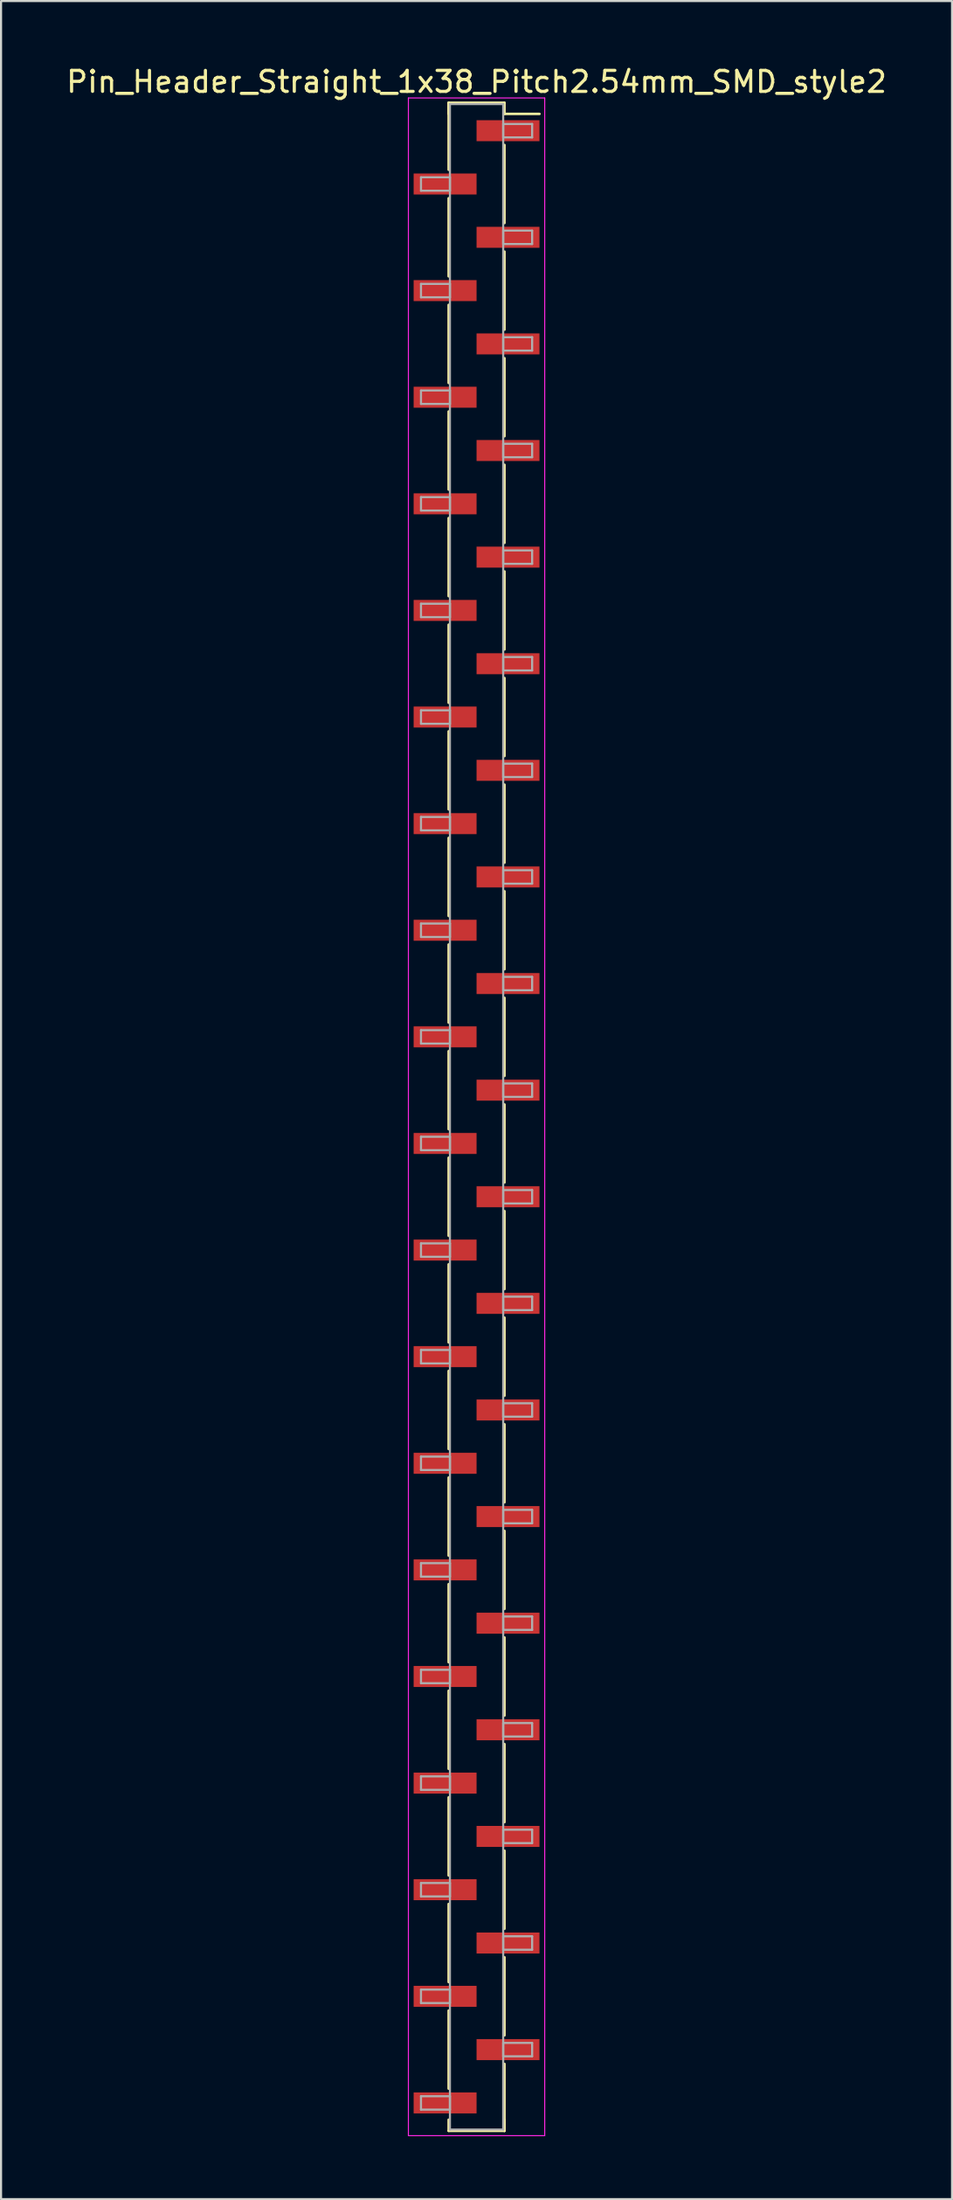
<source format=kicad_pcb>
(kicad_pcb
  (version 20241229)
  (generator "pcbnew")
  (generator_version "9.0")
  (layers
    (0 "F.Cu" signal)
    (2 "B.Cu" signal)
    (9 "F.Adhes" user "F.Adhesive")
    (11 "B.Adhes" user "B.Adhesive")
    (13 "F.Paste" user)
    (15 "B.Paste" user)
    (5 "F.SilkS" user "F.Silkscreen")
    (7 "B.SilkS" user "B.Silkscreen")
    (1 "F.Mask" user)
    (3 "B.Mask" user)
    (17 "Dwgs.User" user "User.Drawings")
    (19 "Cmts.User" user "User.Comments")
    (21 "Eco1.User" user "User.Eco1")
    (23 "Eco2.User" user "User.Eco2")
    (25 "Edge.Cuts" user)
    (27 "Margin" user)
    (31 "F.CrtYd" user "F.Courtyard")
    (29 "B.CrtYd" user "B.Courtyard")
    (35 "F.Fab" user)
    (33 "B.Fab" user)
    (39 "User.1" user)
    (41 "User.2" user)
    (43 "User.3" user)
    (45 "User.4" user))
  (footprint "Pin_Header_Straight_1x38_Pitch2.54mm_SMD_style2"
    (layer "F.Cu")
    (at 19.673 50.168)
    (property "Reference" "Pin_Header_Straight_1x38_Pitch2.54mm_SMD_style2" (at 0 -49.32 0) (layer "F.SilkS") (effects (font (size 1 1) (thickness 0.15))))
    (attr smd)
    (fp_line (start -1.33 -48.32) (end -1.33 -45.13) (stroke (width 0.12) (type solid)) (layer "F.SilkS"))
    (fp_line (start -1.33 -48.32) (end 1.33 -48.32) (stroke (width 0.12) (type solid)) (layer "F.SilkS"))
    (fp_line (start -1.33 -47.79) (end -1.33 -48.32) (stroke (width 0.12) (type solid)) (layer "F.SilkS"))
    (fp_line (start -1.33 -43.77) (end -1.33 -40.05) (stroke (width 0.12) (type solid)) (layer "F.SilkS"))
    (fp_line (start -1.33 -38.69) (end -1.33 -34.97) (stroke (width 0.12) (type solid)) (layer "F.SilkS"))
    (fp_line (start -1.33 -33.61) (end -1.33 -29.89) (stroke (width 0.12) (type solid)) (layer "F.SilkS"))
    (fp_line (start -1.33 -28.53) (end -1.33 -24.81) (stroke (width 0.12) (type solid)) (layer "F.SilkS"))
    (fp_line (start -1.33 -23.45) (end -1.33 -19.73) (stroke (width 0.12) (type solid)) (layer "F.SilkS"))
    (fp_line (start -1.33 -18.37) (end -1.33 -14.65) (stroke (width 0.12) (type solid)) (layer "F.SilkS"))
    (fp_line (start -1.33 -13.29) (end -1.33 -9.57) (stroke (width 0.12) (type solid)) (layer "F.SilkS"))
    (fp_line (start -1.33 -8.21) (end -1.33 -4.49) (stroke (width 0.12) (type solid)) (layer "F.SilkS"))
    (fp_line (start -1.33 -3.13) (end -1.33 0.59) (stroke (width 0.12) (type solid)) (layer "F.SilkS"))
    (fp_line (start -1.33 1.95) (end -1.33 5.67) (stroke (width 0.12) (type solid)) (layer "F.SilkS"))
    (fp_line (start -1.33 7.03) (end -1.33 10.75) (stroke (width 0.12) (type solid)) (layer "F.SilkS"))
    (fp_line (start -1.33 12.11) (end -1.33 15.83) (stroke (width 0.12) (type solid)) (layer "F.SilkS"))
    (fp_line (start -1.33 17.19) (end -1.33 20.91) (stroke (width 0.12) (type solid)) (layer "F.SilkS"))
    (fp_line (start -1.33 22.27) (end -1.33 25.99) (stroke (width 0.12) (type solid)) (layer "F.SilkS"))
    (fp_line (start -1.33 27.35) (end -1.33 31.07) (stroke (width 0.12) (type solid)) (layer "F.SilkS"))
    (fp_line (start -1.33 32.43) (end -1.33 36.15) (stroke (width 0.12) (type solid)) (layer "F.SilkS"))
    (fp_line (start -1.33 37.51) (end -1.33 41.23) (stroke (width 0.12) (type solid)) (layer "F.SilkS"))
    (fp_line (start -1.33 42.59) (end -1.33 46.31) (stroke (width 0.12) (type solid)) (layer "F.SilkS"))
    (fp_line (start -1.33 47.79) (end -1.33 48.32) (stroke (width 0.12) (type solid)) (layer "F.SilkS"))
    (fp_line (start -1.33 48.32) (end 1.33 48.32) (stroke (width 0.12) (type solid)) (layer "F.SilkS"))
    (fp_line (start 1.33 -48.32) (end 1.33 -47.79) (stroke (width 0.12) (type solid)) (layer "F.SilkS"))
    (fp_line (start 1.33 -47.79) (end 3 -47.79) (stroke (width 0.12) (type solid)) (layer "F.SilkS"))
    (fp_line (start 1.33 -46.31) (end 1.33 -42.59) (stroke (width 0.12) (type solid)) (layer "F.SilkS"))
    (fp_line (start 1.33 -41.23) (end 1.33 -37.51) (stroke (width 0.12) (type solid)) (layer "F.SilkS"))
    (fp_line (start 1.33 -36.15) (end 1.33 -32.43) (stroke (width 0.12) (type solid)) (layer "F.SilkS"))
    (fp_line (start 1.33 -31.07) (end 1.33 -27.35) (stroke (width 0.12) (type solid)) (layer "F.SilkS"))
    (fp_line (start 1.33 -25.99) (end 1.33 -22.27) (stroke (width 0.12) (type solid)) (layer "F.SilkS"))
    (fp_line (start 1.33 -20.91) (end 1.33 -17.19) (stroke (width 0.12) (type solid)) (layer "F.SilkS"))
    (fp_line (start 1.33 -15.83) (end 1.33 -12.11) (stroke (width 0.12) (type solid)) (layer "F.SilkS"))
    (fp_line (start 1.33 -10.75) (end 1.33 -7.03) (stroke (width 0.12) (type solid)) (layer "F.SilkS"))
    (fp_line (start 1.33 -5.67) (end 1.33 -1.95) (stroke (width 0.12) (type solid)) (layer "F.SilkS"))
    (fp_line (start 1.33 -0.59) (end 1.33 3.13) (stroke (width 0.12) (type solid)) (layer "F.SilkS"))
    (fp_line (start 1.33 4.49) (end 1.33 8.21) (stroke (width 0.12) (type solid)) (layer "F.SilkS"))
    (fp_line (start 1.33 9.57) (end 1.33 13.29) (stroke (width 0.12) (type solid)) (layer "F.SilkS"))
    (fp_line (start 1.33 14.65) (end 1.33 18.37) (stroke (width 0.12) (type solid)) (layer "F.SilkS"))
    (fp_line (start 1.33 19.73) (end 1.33 23.45) (stroke (width 0.12) (type solid)) (layer "F.SilkS"))
    (fp_line (start 1.33 24.81) (end 1.33 28.53) (stroke (width 0.12) (type solid)) (layer "F.SilkS"))
    (fp_line (start 1.33 29.89) (end 1.33 33.61) (stroke (width 0.12) (type solid)) (layer "F.SilkS"))
    (fp_line (start 1.33 34.97) (end 1.33 38.69) (stroke (width 0.12) (type solid)) (layer "F.SilkS"))
    (fp_line (start 1.33 40.05) (end 1.33 43.77) (stroke (width 0.12) (type solid)) (layer "F.SilkS"))
    (fp_line (start 1.33 45.13) (end 1.33 48.32) (stroke (width 0.12) (type solid)) (layer "F.SilkS"))
    (fp_line (start 1.33 48.32) (end 1.33 47.79) (stroke (width 0.12) (type solid)) (layer "F.SilkS"))
    (fp_line (start -3.25 -48.55) (end -3.25 48.55) (stroke (width 0.05) (type solid)) (layer "F.CrtYd"))
    (fp_line (start -3.25 48.55) (end 3.25 48.55) (stroke (width 0.05) (type solid)) (layer "F.CrtYd"))
    (fp_line (start 3.25 -48.55) (end -3.25 -48.55) (stroke (width 0.05) (type solid)) (layer "F.CrtYd"))
    (fp_line (start 3.25 48.55) (end 3.25 -48.55) (stroke (width 0.05) (type solid)) (layer "F.CrtYd"))
    (fp_line (start -2.65 -44.77) (end -1.27 -44.77) (stroke (width 0.1) (type solid)) (layer "F.Fab"))
    (fp_line (start -2.65 -44.13) (end -2.65 -44.77) (stroke (width 0.1) (type solid)) (layer "F.Fab"))
    (fp_line (start -2.65 -39.69) (end -1.27 -39.69) (stroke (width 0.1) (type solid)) (layer "F.Fab"))
    (fp_line (start -2.65 -39.05) (end -2.65 -39.69) (stroke (width 0.1) (type solid)) (layer "F.Fab"))
    (fp_line (start -2.65 -34.61) (end -1.27 -34.61) (stroke (width 0.1) (type solid)) (layer "F.Fab"))
    (fp_line (start -2.65 -33.97) (end -2.65 -34.61) (stroke (width 0.1) (type solid)) (layer "F.Fab"))
    (fp_line (start -2.65 -29.53) (end -1.27 -29.53) (stroke (width 0.1) (type solid)) (layer "F.Fab"))
    (fp_line (start -2.65 -28.89) (end -2.65 -29.53) (stroke (width 0.1) (type solid)) (layer "F.Fab"))
    (fp_line (start -2.65 -24.45) (end -1.27 -24.45) (stroke (width 0.1) (type solid)) (layer "F.Fab"))
    (fp_line (start -2.65 -23.81) (end -2.65 -24.45) (stroke (width 0.1) (type solid)) (layer "F.Fab"))
    (fp_line (start -2.65 -19.37) (end -1.27 -19.37) (stroke (width 0.1) (type solid)) (layer "F.Fab"))
    (fp_line (start -2.65 -18.73) (end -2.65 -19.37) (stroke (width 0.1) (type solid)) (layer "F.Fab"))
    (fp_line (start -2.65 -14.29) (end -1.27 -14.29) (stroke (width 0.1) (type solid)) (layer "F.Fab"))
    (fp_line (start -2.65 -13.65) (end -2.65 -14.29) (stroke (width 0.1) (type solid)) (layer "F.Fab"))
    (fp_line (start -2.65 -9.21) (end -1.27 -9.21) (stroke (width 0.1) (type solid)) (layer "F.Fab"))
    (fp_line (start -2.65 -8.57) (end -2.65 -9.21) (stroke (width 0.1) (type solid)) (layer "F.Fab"))
    (fp_line (start -2.65 -4.13) (end -1.27 -4.13) (stroke (width 0.1) (type solid)) (layer "F.Fab"))
    (fp_line (start -2.65 -3.49) (end -2.65 -4.13) (stroke (width 0.1) (type solid)) (layer "F.Fab"))
    (fp_line (start -2.65 0.95) (end -1.27 0.95) (stroke (width 0.1) (type solid)) (layer "F.Fab"))
    (fp_line (start -2.65 1.59) (end -2.65 0.95) (stroke (width 0.1) (type solid)) (layer "F.Fab"))
    (fp_line (start -2.65 6.03) (end -1.27 6.03) (stroke (width 0.1) (type solid)) (layer "F.Fab"))
    (fp_line (start -2.65 6.67) (end -2.65 6.03) (stroke (width 0.1) (type solid)) (layer "F.Fab"))
    (fp_line (start -2.65 11.11) (end -1.27 11.11) (stroke (width 0.1) (type solid)) (layer "F.Fab"))
    (fp_line (start -2.65 11.75) (end -2.65 11.11) (stroke (width 0.1) (type solid)) (layer "F.Fab"))
    (fp_line (start -2.65 16.19) (end -1.27 16.19) (stroke (width 0.1) (type solid)) (layer "F.Fab"))
    (fp_line (start -2.65 16.83) (end -2.65 16.19) (stroke (width 0.1) (type solid)) (layer "F.Fab"))
    (fp_line (start -2.65 21.27) (end -1.27 21.27) (stroke (width 0.1) (type solid)) (layer "F.Fab"))
    (fp_line (start -2.65 21.91) (end -2.65 21.27) (stroke (width 0.1) (type solid)) (layer "F.Fab"))
    (fp_line (start -2.65 26.35) (end -1.27 26.35) (stroke (width 0.1) (type solid)) (layer "F.Fab"))
    (fp_line (start -2.65 26.99) (end -2.65 26.35) (stroke (width 0.1) (type solid)) (layer "F.Fab"))
    (fp_line (start -2.65 31.43) (end -1.27 31.43) (stroke (width 0.1) (type solid)) (layer "F.Fab"))
    (fp_line (start -2.65 32.07) (end -2.65 31.43) (stroke (width 0.1) (type solid)) (layer "F.Fab"))
    (fp_line (start -2.65 36.51) (end -1.27 36.51) (stroke (width 0.1) (type solid)) (layer "F.Fab"))
    (fp_line (start -2.65 37.15) (end -2.65 36.51) (stroke (width 0.1) (type solid)) (layer "F.Fab"))
    (fp_line (start -2.65 41.59) (end -1.27 41.59) (stroke (width 0.1) (type solid)) (layer "F.Fab"))
    (fp_line (start -2.65 42.23) (end -2.65 41.59) (stroke (width 0.1) (type solid)) (layer "F.Fab"))
    (fp_line (start -2.65 46.67) (end -1.27 46.67) (stroke (width 0.1) (type solid)) (layer "F.Fab"))
    (fp_line (start -2.65 47.31) (end -2.65 46.67) (stroke (width 0.1) (type solid)) (layer "F.Fab"))
    (fp_line (start -1.27 -48.26) (end -1.27 48.26) (stroke (width 0.1) (type solid)) (layer "F.Fab"))
    (fp_line (start -1.27 -44.77) (end -1.27 -44.13) (stroke (width 0.1) (type solid)) (layer "F.Fab"))
    (fp_line (start -1.27 -44.13) (end -2.65 -44.13) (stroke (width 0.1) (type solid)) (layer "F.Fab"))
    (fp_line (start -1.27 -39.69) (end -1.27 -39.05) (stroke (width 0.1) (type solid)) (layer "F.Fab"))
    (fp_line (start -1.27 -39.05) (end -2.65 -39.05) (stroke (width 0.1) (type solid)) (layer "F.Fab"))
    (fp_line (start -1.27 -34.61) (end -1.27 -33.97) (stroke (width 0.1) (type solid)) (layer "F.Fab"))
    (fp_line (start -1.27 -33.97) (end -2.65 -33.97) (stroke (width 0.1) (type solid)) (layer "F.Fab"))
    (fp_line (start -1.27 -29.53) (end -1.27 -28.89) (stroke (width 0.1) (type solid)) (layer "F.Fab"))
    (fp_line (start -1.27 -28.89) (end -2.65 -28.89) (stroke (width 0.1) (type solid)) (layer "F.Fab"))
    (fp_line (start -1.27 -24.45) (end -1.27 -23.81) (stroke (width 0.1) (type solid)) (layer "F.Fab"))
    (fp_line (start -1.27 -23.81) (end -2.65 -23.81) (stroke (width 0.1) (type solid)) (layer "F.Fab"))
    (fp_line (start -1.27 -19.37) (end -1.27 -18.73) (stroke (width 0.1) (type solid)) (layer "F.Fab"))
    (fp_line (start -1.27 -18.73) (end -2.65 -18.73) (stroke (width 0.1) (type solid)) (layer "F.Fab"))
    (fp_line (start -1.27 -14.29) (end -1.27 -13.65) (stroke (width 0.1) (type solid)) (layer "F.Fab"))
    (fp_line (start -1.27 -13.65) (end -2.65 -13.65) (stroke (width 0.1) (type solid)) (layer "F.Fab"))
    (fp_line (start -1.27 -9.21) (end -1.27 -8.57) (stroke (width 0.1) (type solid)) (layer "F.Fab"))
    (fp_line (start -1.27 -8.57) (end -2.65 -8.57) (stroke (width 0.1) (type solid)) (layer "F.Fab"))
    (fp_line (start -1.27 -4.13) (end -1.27 -3.49) (stroke (width 0.1) (type solid)) (layer "F.Fab"))
    (fp_line (start -1.27 -3.49) (end -2.65 -3.49) (stroke (width 0.1) (type solid)) (layer "F.Fab"))
    (fp_line (start -1.27 0.95) (end -1.27 1.59) (stroke (width 0.1) (type solid)) (layer "F.Fab"))
    (fp_line (start -1.27 1.59) (end -2.65 1.59) (stroke (width 0.1) (type solid)) (layer "F.Fab"))
    (fp_line (start -1.27 6.03) (end -1.27 6.67) (stroke (width 0.1) (type solid)) (layer "F.Fab"))
    (fp_line (start -1.27 6.67) (end -2.65 6.67) (stroke (width 0.1) (type solid)) (layer "F.Fab"))
    (fp_line (start -1.27 11.11) (end -1.27 11.75) (stroke (width 0.1) (type solid)) (layer "F.Fab"))
    (fp_line (start -1.27 11.75) (end -2.65 11.75) (stroke (width 0.1) (type solid)) (layer "F.Fab"))
    (fp_line (start -1.27 16.19) (end -1.27 16.83) (stroke (width 0.1) (type solid)) (layer "F.Fab"))
    (fp_line (start -1.27 16.83) (end -2.65 16.83) (stroke (width 0.1) (type solid)) (layer "F.Fab"))
    (fp_line (start -1.27 21.27) (end -1.27 21.91) (stroke (width 0.1) (type solid)) (layer "F.Fab"))
    (fp_line (start -1.27 21.91) (end -2.65 21.91) (stroke (width 0.1) (type solid)) (layer "F.Fab"))
    (fp_line (start -1.27 26.35) (end -1.27 26.99) (stroke (width 0.1) (type solid)) (layer "F.Fab"))
    (fp_line (start -1.27 26.99) (end -2.65 26.99) (stroke (width 0.1) (type solid)) (layer "F.Fab"))
    (fp_line (start -1.27 31.43) (end -1.27 32.07) (stroke (width 0.1) (type solid)) (layer "F.Fab"))
    (fp_line (start -1.27 32.07) (end -2.65 32.07) (stroke (width 0.1) (type solid)) (layer "F.Fab"))
    (fp_line (start -1.27 36.51) (end -1.27 37.15) (stroke (width 0.1) (type solid)) (layer "F.Fab"))
    (fp_line (start -1.27 37.15) (end -2.65 37.15) (stroke (width 0.1) (type solid)) (layer "F.Fab"))
    (fp_line (start -1.27 41.59) (end -1.27 42.23) (stroke (width 0.1) (type solid)) (layer "F.Fab"))
    (fp_line (start -1.27 42.23) (end -2.65 42.23) (stroke (width 0.1) (type solid)) (layer "F.Fab"))
    (fp_line (start -1.27 46.67) (end -1.27 47.31) (stroke (width 0.1) (type solid)) (layer "F.Fab"))
    (fp_line (start -1.27 47.31) (end -2.65 47.31) (stroke (width 0.1) (type solid)) (layer "F.Fab"))
    (fp_line (start -1.27 48.26) (end 1.27 48.26) (stroke (width 0.1) (type solid)) (layer "F.Fab"))
    (fp_line (start 1.27 -48.26) (end -1.27 -48.26) (stroke (width 0.1) (type solid)) (layer "F.Fab"))
    (fp_line (start 1.27 -47.31) (end 1.27 -46.67) (stroke (width 0.1) (type solid)) (layer "F.Fab"))
    (fp_line (start 1.27 -46.67) (end 2.65 -46.67) (stroke (width 0.1) (type solid)) (layer "F.Fab"))
    (fp_line (start 1.27 -42.23) (end 1.27 -41.59) (stroke (width 0.1) (type solid)) (layer "F.Fab"))
    (fp_line (start 1.27 -41.59) (end 2.65 -41.59) (stroke (width 0.1) (type solid)) (layer "F.Fab"))
    (fp_line (start 1.27 -37.15) (end 1.27 -36.51) (stroke (width 0.1) (type solid)) (layer "F.Fab"))
    (fp_line (start 1.27 -36.51) (end 2.65 -36.51) (stroke (width 0.1) (type solid)) (layer "F.Fab"))
    (fp_line (start 1.27 -32.07) (end 1.27 -31.43) (stroke (width 0.1) (type solid)) (layer "F.Fab"))
    (fp_line (start 1.27 -31.43) (end 2.65 -31.43) (stroke (width 0.1) (type solid)) (layer "F.Fab"))
    (fp_line (start 1.27 -26.99) (end 1.27 -26.35) (stroke (width 0.1) (type solid)) (layer "F.Fab"))
    (fp_line (start 1.27 -26.35) (end 2.65 -26.35) (stroke (width 0.1) (type solid)) (layer "F.Fab"))
    (fp_line (start 1.27 -21.91) (end 1.27 -21.27) (stroke (width 0.1) (type solid)) (layer "F.Fab"))
    (fp_line (start 1.27 -21.27) (end 2.65 -21.27) (stroke (width 0.1) (type solid)) (layer "F.Fab"))
    (fp_line (start 1.27 -16.83) (end 1.27 -16.19) (stroke (width 0.1) (type solid)) (layer "F.Fab"))
    (fp_line (start 1.27 -16.19) (end 2.65 -16.19) (stroke (width 0.1) (type solid)) (layer "F.Fab"))
    (fp_line (start 1.27 -11.75) (end 1.27 -11.11) (stroke (width 0.1) (type solid)) (layer "F.Fab"))
    (fp_line (start 1.27 -11.11) (end 2.65 -11.11) (stroke (width 0.1) (type solid)) (layer "F.Fab"))
    (fp_line (start 1.27 -6.67) (end 1.27 -6.03) (stroke (width 0.1) (type solid)) (layer "F.Fab"))
    (fp_line (start 1.27 -6.03) (end 2.65 -6.03) (stroke (width 0.1) (type solid)) (layer "F.Fab"))
    (fp_line (start 1.27 -1.59) (end 1.27 -0.95) (stroke (width 0.1) (type solid)) (layer "F.Fab"))
    (fp_line (start 1.27 -0.95) (end 2.65 -0.95) (stroke (width 0.1) (type solid)) (layer "F.Fab"))
    (fp_line (start 1.27 3.49) (end 1.27 4.13) (stroke (width 0.1) (type solid)) (layer "F.Fab"))
    (fp_line (start 1.27 4.13) (end 2.65 4.13) (stroke (width 0.1) (type solid)) (layer "F.Fab"))
    (fp_line (start 1.27 8.57) (end 1.27 9.21) (stroke (width 0.1) (type solid)) (layer "F.Fab"))
    (fp_line (start 1.27 9.21) (end 2.65 9.21) (stroke (width 0.1) (type solid)) (layer "F.Fab"))
    (fp_line (start 1.27 13.65) (end 1.27 14.29) (stroke (width 0.1) (type solid)) (layer "F.Fab"))
    (fp_line (start 1.27 14.29) (end 2.65 14.29) (stroke (width 0.1) (type solid)) (layer "F.Fab"))
    (fp_line (start 1.27 18.73) (end 1.27 19.37) (stroke (width 0.1) (type solid)) (layer "F.Fab"))
    (fp_line (start 1.27 19.37) (end 2.65 19.37) (stroke (width 0.1) (type solid)) (layer "F.Fab"))
    (fp_line (start 1.27 23.81) (end 1.27 24.45) (stroke (width 0.1) (type solid)) (layer "F.Fab"))
    (fp_line (start 1.27 24.45) (end 2.65 24.45) (stroke (width 0.1) (type solid)) (layer "F.Fab"))
    (fp_line (start 1.27 28.89) (end 1.27 29.53) (stroke (width 0.1) (type solid)) (layer "F.Fab"))
    (fp_line (start 1.27 29.53) (end 2.65 29.53) (stroke (width 0.1) (type solid)) (layer "F.Fab"))
    (fp_line (start 1.27 33.97) (end 1.27 34.61) (stroke (width 0.1) (type solid)) (layer "F.Fab"))
    (fp_line (start 1.27 34.61) (end 2.65 34.61) (stroke (width 0.1) (type solid)) (layer "F.Fab"))
    (fp_line (start 1.27 39.05) (end 1.27 39.69) (stroke (width 0.1) (type solid)) (layer "F.Fab"))
    (fp_line (start 1.27 39.69) (end 2.65 39.69) (stroke (width 0.1) (type solid)) (layer "F.Fab"))
    (fp_line (start 1.27 44.13) (end 1.27 44.77) (stroke (width 0.1) (type solid)) (layer "F.Fab"))
    (fp_line (start 1.27 44.77) (end 2.65 44.77) (stroke (width 0.1) (type solid)) (layer "F.Fab"))
    (fp_line (start 1.27 48.26) (end 1.27 -48.26) (stroke (width 0.1) (type solid)) (layer "F.Fab"))
    (fp_line (start 2.65 -47.31) (end 1.27 -47.31) (stroke (width 0.1) (type solid)) (layer "F.Fab"))
    (fp_line (start 2.65 -46.67) (end 2.65 -47.31) (stroke (width 0.1) (type solid)) (layer "F.Fab"))
    (fp_line (start 2.65 -42.23) (end 1.27 -42.23) (stroke (width 0.1) (type solid)) (layer "F.Fab"))
    (fp_line (start 2.65 -41.59) (end 2.65 -42.23) (stroke (width 0.1) (type solid)) (layer "F.Fab"))
    (fp_line (start 2.65 -37.15) (end 1.27 -37.15) (stroke (width 0.1) (type solid)) (layer "F.Fab"))
    (fp_line (start 2.65 -36.51) (end 2.65 -37.15) (stroke (width 0.1) (type solid)) (layer "F.Fab"))
    (fp_line (start 2.65 -32.07) (end 1.27 -32.07) (stroke (width 0.1) (type solid)) (layer "F.Fab"))
    (fp_line (start 2.65 -31.43) (end 2.65 -32.07) (stroke (width 0.1) (type solid)) (layer "F.Fab"))
    (fp_line (start 2.65 -26.99) (end 1.27 -26.99) (stroke (width 0.1) (type solid)) (layer "F.Fab"))
    (fp_line (start 2.65 -26.35) (end 2.65 -26.99) (stroke (width 0.1) (type solid)) (layer "F.Fab"))
    (fp_line (start 2.65 -21.91) (end 1.27 -21.91) (stroke (width 0.1) (type solid)) (layer "F.Fab"))
    (fp_line (start 2.65 -21.27) (end 2.65 -21.91) (stroke (width 0.1) (type solid)) (layer "F.Fab"))
    (fp_line (start 2.65 -16.83) (end 1.27 -16.83) (stroke (width 0.1) (type solid)) (layer "F.Fab"))
    (fp_line (start 2.65 -16.19) (end 2.65 -16.83) (stroke (width 0.1) (type solid)) (layer "F.Fab"))
    (fp_line (start 2.65 -11.75) (end 1.27 -11.75) (stroke (width 0.1) (type solid)) (layer "F.Fab"))
    (fp_line (start 2.65 -11.11) (end 2.65 -11.75) (stroke (width 0.1) (type solid)) (layer "F.Fab"))
    (fp_line (start 2.65 -6.67) (end 1.27 -6.67) (stroke (width 0.1) (type solid)) (layer "F.Fab"))
    (fp_line (start 2.65 -6.03) (end 2.65 -6.67) (stroke (width 0.1) (type solid)) (layer "F.Fab"))
    (fp_line (start 2.65 -1.59) (end 1.27 -1.59) (stroke (width 0.1) (type solid)) (layer "F.Fab"))
    (fp_line (start 2.65 -0.95) (end 2.65 -1.59) (stroke (width 0.1) (type solid)) (layer "F.Fab"))
    (fp_line (start 2.65 3.49) (end 1.27 3.49) (stroke (width 0.1) (type solid)) (layer "F.Fab"))
    (fp_line (start 2.65 4.13) (end 2.65 3.49) (stroke (width 0.1) (type solid)) (layer "F.Fab"))
    (fp_line (start 2.65 8.57) (end 1.27 8.57) (stroke (width 0.1) (type solid)) (layer "F.Fab"))
    (fp_line (start 2.65 9.21) (end 2.65 8.57) (stroke (width 0.1) (type solid)) (layer "F.Fab"))
    (fp_line (start 2.65 13.65) (end 1.27 13.65) (stroke (width 0.1) (type solid)) (layer "F.Fab"))
    (fp_line (start 2.65 14.29) (end 2.65 13.65) (stroke (width 0.1) (type solid)) (layer "F.Fab"))
    (fp_line (start 2.65 18.73) (end 1.27 18.73) (stroke (width 0.1) (type solid)) (layer "F.Fab"))
    (fp_line (start 2.65 19.37) (end 2.65 18.73) (stroke (width 0.1) (type solid)) (layer "F.Fab"))
    (fp_line (start 2.65 23.81) (end 1.27 23.81) (stroke (width 0.1) (type solid)) (layer "F.Fab"))
    (fp_line (start 2.65 24.45) (end 2.65 23.81) (stroke (width 0.1) (type solid)) (layer "F.Fab"))
    (fp_line (start 2.65 28.89) (end 1.27 28.89) (stroke (width 0.1) (type solid)) (layer "F.Fab"))
    (fp_line (start 2.65 29.53) (end 2.65 28.89) (stroke (width 0.1) (type solid)) (layer "F.Fab"))
    (fp_line (start 2.65 33.97) (end 1.27 33.97) (stroke (width 0.1) (type solid)) (layer "F.Fab"))
    (fp_line (start 2.65 34.61) (end 2.65 33.97) (stroke (width 0.1) (type solid)) (layer "F.Fab"))
    (fp_line (start 2.65 39.05) (end 1.27 39.05) (stroke (width 0.1) (type solid)) (layer "F.Fab"))
    (fp_line (start 2.65 39.69) (end 2.65 39.05) (stroke (width 0.1) (type solid)) (layer "F.Fab"))
    (fp_line (start 2.65 44.13) (end 1.27 44.13) (stroke (width 0.1) (type solid)) (layer "F.Fab"))
    (fp_line (start 2.65 44.77) (end 2.65 44.13) (stroke (width 0.1) (type solid)) (layer "F.Fab"))
    (pad "1" smd rect (at 1.5 -46.99) (size 3 1) (layers "F.Cu" "F.Mask"))
    (pad "2" smd rect (at -1.5 -44.45) (size 3 1) (layers "F.Cu" "F.Mask"))
    (pad "3" smd rect (at 1.5 -41.91) (size 3 1) (layers "F.Cu" "F.Mask"))
    (pad "4" smd rect (at -1.5 -39.37) (size 3 1) (layers "F.Cu" "F.Mask"))
    (pad "5" smd rect (at 1.5 -36.83) (size 3 1) (layers "F.Cu" "F.Mask"))
    (pad "6" smd rect (at -1.5 -34.29) (size 3 1) (layers "F.Cu" "F.Mask"))
    (pad "7" smd rect (at 1.5 -31.75) (size 3 1) (layers "F.Cu" "F.Mask"))
    (pad "8" smd rect (at -1.5 -29.21) (size 3 1) (layers "F.Cu" "F.Mask"))
    (pad "9" smd rect (at 1.5 -26.67) (size 3 1) (layers "F.Cu" "F.Mask"))
    (pad "10" smd rect (at -1.5 -24.13) (size 3 1) (layers "F.Cu" "F.Mask"))
    (pad "11" smd rect (at 1.5 -21.59) (size 3 1) (layers "F.Cu" "F.Mask"))
    (pad "12" smd rect (at -1.5 -19.05) (size 3 1) (layers "F.Cu" "F.Mask"))
    (pad "13" smd rect (at 1.5 -16.51) (size 3 1) (layers "F.Cu" "F.Mask"))
    (pad "14" smd rect (at -1.5 -13.97) (size 3 1) (layers "F.Cu" "F.Mask"))
    (pad "15" smd rect (at 1.5 -11.43) (size 3 1) (layers "F.Cu" "F.Mask"))
    (pad "16" smd rect (at -1.5 -8.89) (size 3 1) (layers "F.Cu" "F.Mask"))
    (pad "17" smd rect (at 1.5 -6.35) (size 3 1) (layers "F.Cu" "F.Mask"))
    (pad "18" smd rect (at -1.5 -3.81) (size 3 1) (layers "F.Cu" "F.Mask"))
    (pad "19" smd rect (at 1.5 -1.27) (size 3 1) (layers "F.Cu" "F.Mask"))
    (pad "20" smd rect (at -1.5 1.27) (size 3 1) (layers "F.Cu" "F.Mask"))
    (pad "21" smd rect (at 1.5 3.81) (size 3 1) (layers "F.Cu" "F.Mask"))
    (pad "22" smd rect (at -1.5 6.35) (size 3 1) (layers "F.Cu" "F.Mask"))
    (pad "23" smd rect (at 1.5 8.89) (size 3 1) (layers "F.Cu" "F.Mask"))
    (pad "24" smd rect (at -1.5 11.43) (size 3 1) (layers "F.Cu" "F.Mask"))
    (pad "25" smd rect (at 1.5 13.97) (size 3 1) (layers "F.Cu" "F.Mask"))
    (pad "26" smd rect (at -1.5 16.51) (size 3 1) (layers "F.Cu" "F.Mask"))
    (pad "27" smd rect (at 1.5 19.05) (size 3 1) (layers "F.Cu" "F.Mask"))
    (pad "28" smd rect (at -1.5 21.59) (size 3 1) (layers "F.Cu" "F.Mask"))
    (pad "29" smd rect (at 1.5 24.13) (size 3 1) (layers "F.Cu" "F.Mask"))
    (pad "30" smd rect (at -1.5 26.67) (size 3 1) (layers "F.Cu" "F.Mask"))
    (pad "31" smd rect (at 1.5 29.21) (size 3 1) (layers "F.Cu" "F.Mask"))
    (pad "32" smd rect (at -1.5 31.75) (size 3 1) (layers "F.Cu" "F.Mask"))
    (pad "33" smd rect (at 1.5 34.29) (size 3 1) (layers "F.Cu" "F.Mask"))
    (pad "34" smd rect (at -1.5 36.83) (size 3 1) (layers "F.Cu" "F.Mask"))
    (pad "35" smd rect (at 1.5 39.37) (size 3 1) (layers "F.Cu" "F.Mask"))
    (pad "36" smd rect (at -1.5 41.91) (size 3 1) (layers "F.Cu" "F.Mask"))
    (pad "37" smd rect (at 1.5 44.45) (size 3 1) (layers "F.Cu" "F.Mask"))
    (pad "38" smd rect (at -1.5 46.99) (size 3 1) (layers "F.Cu" "F.Mask")))
  (gr_rect
    (start -3 -3)
    (end 42.345 101.743)
    (stroke (width 0.1) (type default))
    (fill no)
    (layer "Edge.Cuts")))
</source>
